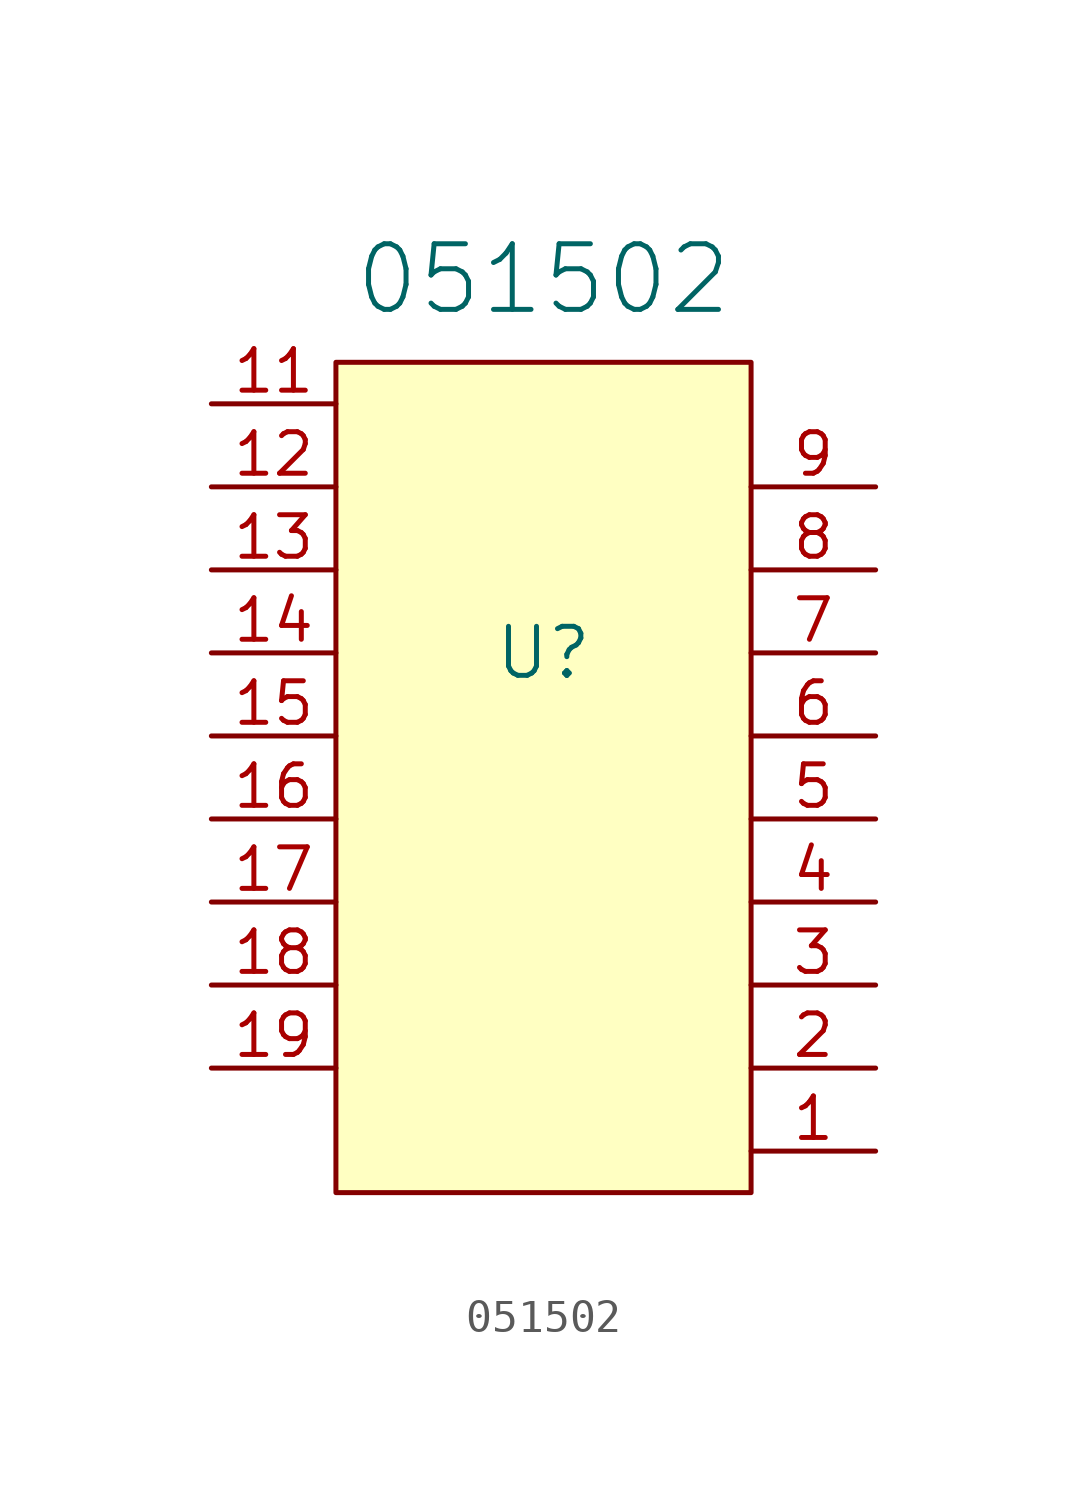
<source format=kicad_sym>
(kicad_symbol_lib
  (version 20211014)
  (generator kicad_symbol_editor)
  (symbol "051502"
    (pin_names
      (offset 1.016))
    (property "Reference" "U"
      (at 6.35 -8.89 0)
      (effects (font (size 1.499 1.499))))
    (property "Value" "051502"
      (at 6.35 2.54 0)
      (effects (font (size 2.007 2.007))))
    (symbol "051502_0_0"
      (pin input line (at -3.81 -1.27 0) (length 3.81) (name "~" (effects (font (size 1.27 1.27)))) (number "11" (effects (font (size 1.27 1.27)))))
      (pin input line (at -3.81 -3.81 0) (length 3.81) (name "~" (effects (font (size 1.27 1.27)))) (number "12" (effects (font (size 1.27 1.27)))))
      (pin input line (at -3.81 -6.35 0) (length 3.81) (name "~" (effects (font (size 1.27 1.27)))) (number "13" (effects (font (size 1.27 1.27)))))
      (pin input line (at -3.81 -8.89 0) (length 3.81) (name "~" (effects (font (size 1.27 1.27)))) (number "14" (effects (font (size 1.27 1.27)))))
      (pin input line (at -3.81 -11.43 0) (length 3.81) (name "~" (effects (font (size 1.27 1.27)))) (number "15" (effects (font (size 1.27 1.27)))))
      (pin input line (at -3.81 -13.97 0) (length 3.81) (name "~" (effects (font (size 1.27 1.27)))) (number "16" (effects (font (size 1.27 1.27)))))
      (pin input line (at -3.81 -16.51 0) (length 3.81) (name "~" (effects (font (size 1.27 1.27)))) (number "17" (effects (font (size 1.27 1.27)))))
      (pin input line (at -3.81 -19.05 0) (length 3.81) (name "~" (effects (font (size 1.27 1.27)))) (number "18" (effects (font (size 1.27 1.27)))))
      (pin input line (at -3.81 -21.59 0) (length 3.81) (name "~" (effects (font (size 1.27 1.27)))) (number "19" (effects (font (size 1.27 1.27)))))
      (pin input line (at -3.81 -24.13 0) (length 3.81) hide (name "VCC" (effects (font (size 1.27 1.27)))) (number "20" (effects (font (size 1.27 1.27))))))
    (symbol "051502_0_1"
      (rectangle (start 0 0) (end 12.7 -25.4) (stroke (width 0) (type default) (color 0 0 0 0)) (fill (type background))))
    (symbol "051502_1_1"
      (pin input line (at 16.51 -24.13 180) (length 3.81) (name "~" (effects (font (size 1.27 1.27)))) (number "1" (effects (font (size 1.27 1.27)))))
      (pin input line (at 16.51 -1.27 180) (length 3.81) hide (name "GND" (effects (font (size 1.27 1.27)))) (number "10" (effects (font (size 1.27 1.27)))))
      (pin input line (at 16.51 -21.59 180) (length 3.81) (name "~" (effects (font (size 1.27 1.27)))) (number "2" (effects (font (size 1.27 1.27)))))
      (pin input line (at 16.51 -19.05 180) (length 3.81) (name "~" (effects (font (size 1.27 1.27)))) (number "3" (effects (font (size 1.27 1.27)))))
      (pin input line (at 16.51 -16.51 180) (length 3.81) (name "~" (effects (font (size 1.27 1.27)))) (number "4" (effects (font (size 1.27 1.27)))))
      (pin input line (at 16.51 -13.97 180) (length 3.81) (name "~" (effects (font (size 1.27 1.27)))) (number "5" (effects (font (size 1.27 1.27)))))
      (pin input line (at 16.51 -11.43 180) (length 3.81) (name "~" (effects (font (size 1.27 1.27)))) (number "6" (effects (font (size 1.27 1.27)))))
      (pin input line (at 16.51 -8.89 180) (length 3.81) (name "~" (effects (font (size 1.27 1.27)))) (number "7" (effects (font (size 1.27 1.27)))))
      (pin input line (at 16.51 -6.35 180) (length 3.81) (name "~" (effects (font (size 1.27 1.27)))) (number "8" (effects (font (size 1.27 1.27)))))
      (pin input line (at 16.51 -3.81 180) (length 3.81) (name "~" (effects (font (size 1.27 1.27)))) (number "9" (effects (font (size 1.27 1.27))))))))
</source>
